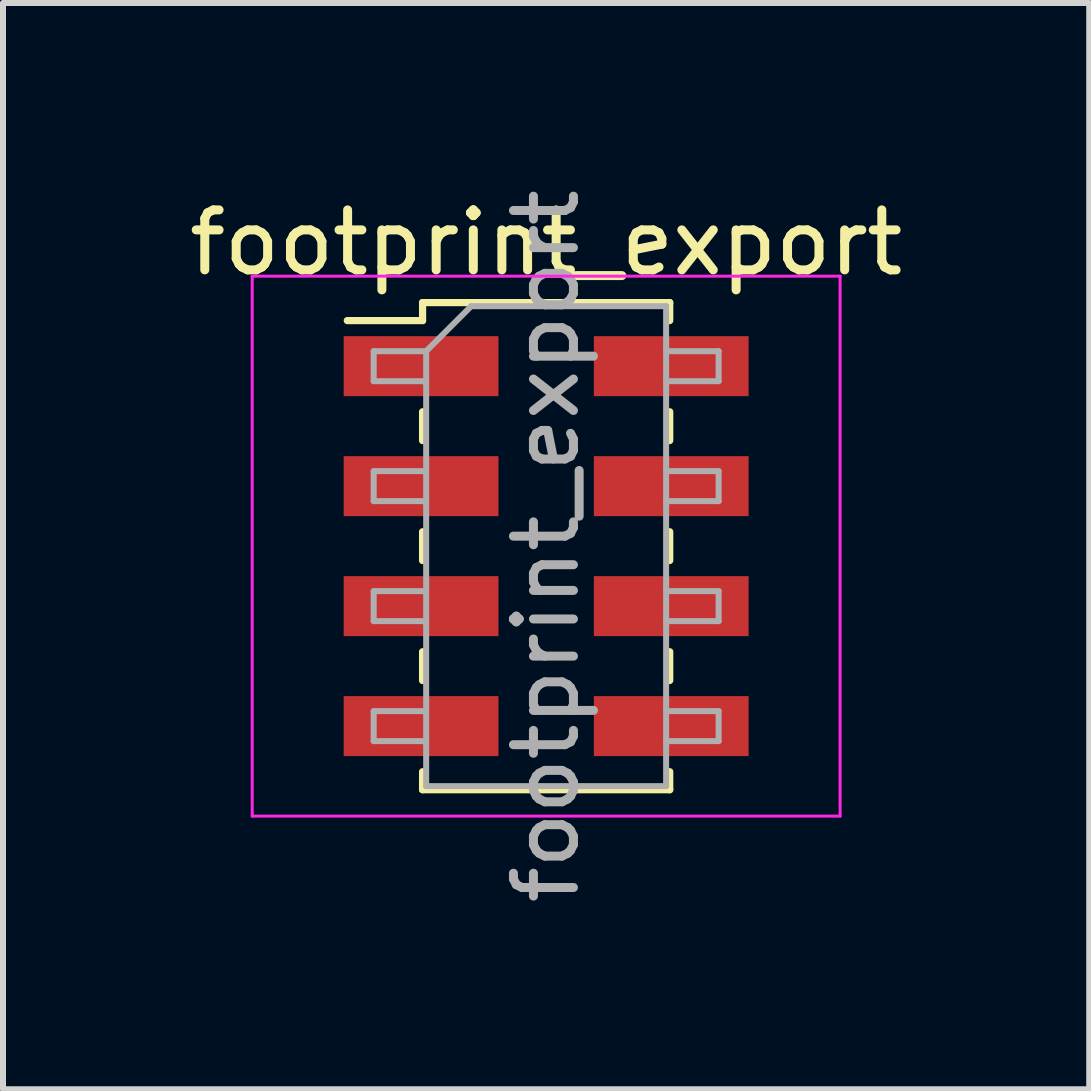
<source format=kicad_pcb>
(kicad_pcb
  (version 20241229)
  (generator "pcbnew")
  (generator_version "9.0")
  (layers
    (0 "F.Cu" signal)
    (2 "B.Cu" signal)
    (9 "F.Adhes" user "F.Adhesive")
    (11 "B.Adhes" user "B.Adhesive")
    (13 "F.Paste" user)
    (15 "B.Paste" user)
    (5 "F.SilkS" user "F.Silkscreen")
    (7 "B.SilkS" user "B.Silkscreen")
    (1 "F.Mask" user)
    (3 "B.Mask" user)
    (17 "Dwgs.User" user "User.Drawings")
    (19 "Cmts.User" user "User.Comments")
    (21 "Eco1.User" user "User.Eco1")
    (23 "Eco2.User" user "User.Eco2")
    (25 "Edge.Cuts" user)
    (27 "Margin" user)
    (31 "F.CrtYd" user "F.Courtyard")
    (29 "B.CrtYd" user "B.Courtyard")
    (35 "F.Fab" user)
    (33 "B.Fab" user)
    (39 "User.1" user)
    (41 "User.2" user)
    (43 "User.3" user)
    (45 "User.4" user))
  (footprint "footprint_export"
    (layer "F.Cu")
    (at 6.054 6.054)
    (property "Reference" "footprint_export" (at 0 -5.06 0) (layer "F.SilkS") (effects (font (size 1 1) (thickness 0.15))))
    (attr smd)
    (fp_line (start -3.315 -3.76) (end -2.06 -3.76) (stroke (width 0.12) (type solid)) (layer "F.SilkS"))
    (fp_line (start -2.06 -4.06) (end -2.06 -3.76) (stroke (width 0.12) (type solid)) (layer "F.SilkS"))
    (fp_line (start -2.06 -4.06) (end 2.06 -4.06) (stroke (width 0.12) (type solid)) (layer "F.SilkS"))
    (fp_line (start -2.06 -2.24) (end -2.06 -1.76) (stroke (width 0.12) (type solid)) (layer "F.SilkS"))
    (fp_line (start -2.06 -0.24) (end -2.06 0.24) (stroke (width 0.12) (type solid)) (layer "F.SilkS"))
    (fp_line (start -2.06 1.76) (end -2.06 2.24) (stroke (width 0.12) (type solid)) (layer "F.SilkS"))
    (fp_line (start -2.06 3.76) (end -2.06 4.06) (stroke (width 0.12) (type solid)) (layer "F.SilkS"))
    (fp_line (start -2.06 4.06) (end 2.06 4.06) (stroke (width 0.12) (type solid)) (layer "F.SilkS"))
    (fp_line (start 2.06 -4.06) (end 2.06 -3.76) (stroke (width 0.12) (type solid)) (layer "F.SilkS"))
    (fp_line (start 2.06 -2.24) (end 2.06 -1.76) (stroke (width 0.12) (type solid)) (layer "F.SilkS"))
    (fp_line (start 2.06 -0.24) (end 2.06 0.24) (stroke (width 0.12) (type solid)) (layer "F.SilkS"))
    (fp_line (start 2.06 1.76) (end 2.06 2.24) (stroke (width 0.12) (type solid)) (layer "F.SilkS"))
    (fp_line (start 2.06 3.76) (end 2.06 4.06) (stroke (width 0.12) (type solid)) (layer "F.SilkS"))
    (fp_line (start -4.9 -4.5) (end -4.9 4.5) (stroke (width 0.05) (type solid)) (layer "F.CrtYd"))
    (fp_line (start -4.9 4.5) (end 4.9 4.5) (stroke (width 0.05) (type solid)) (layer "F.CrtYd"))
    (fp_line (start 4.9 -4.5) (end -4.9 -4.5) (stroke (width 0.05) (type solid)) (layer "F.CrtYd"))
    (fp_line (start 4.9 4.5) (end 4.9 -4.5) (stroke (width 0.05) (type solid)) (layer "F.CrtYd"))
    (fp_line (start -2.875 -3.25) (end -2.875 -2.75) (stroke (width 0.1) (type solid)) (layer "F.Fab"))
    (fp_line (start -2.875 -2.75) (end -2 -2.75) (stroke (width 0.1) (type solid)) (layer "F.Fab"))
    (fp_line (start -2.875 -1.25) (end -2.875 -0.75) (stroke (width 0.1) (type solid)) (layer "F.Fab"))
    (fp_line (start -2.875 -0.75) (end -2 -0.75) (stroke (width 0.1) (type solid)) (layer "F.Fab"))
    (fp_line (start -2.875 0.75) (end -2.875 1.25) (stroke (width 0.1) (type solid)) (layer "F.Fab"))
    (fp_line (start -2.875 1.25) (end -2 1.25) (stroke (width 0.1) (type solid)) (layer "F.Fab"))
    (fp_line (start -2.875 2.75) (end -2.875 3.25) (stroke (width 0.1) (type solid)) (layer "F.Fab"))
    (fp_line (start -2.875 3.25) (end -2 3.25) (stroke (width 0.1) (type solid)) (layer "F.Fab"))
    (fp_line (start -2 -3.25) (end -2.875 -3.25) (stroke (width 0.1) (type solid)) (layer "F.Fab"))
    (fp_line (start -2 -3.25) (end -1.25 -4) (stroke (width 0.1) (type solid)) (layer "F.Fab"))
    (fp_line (start -2 -1.25) (end -2.875 -1.25) (stroke (width 0.1) (type solid)) (layer "F.Fab"))
    (fp_line (start -2 0.75) (end -2.875 0.75) (stroke (width 0.1) (type solid)) (layer "F.Fab"))
    (fp_line (start -2 2.75) (end -2.875 2.75) (stroke (width 0.1) (type solid)) (layer "F.Fab"))
    (fp_line (start -2 4) (end -2 -3.25) (stroke (width 0.1) (type solid)) (layer "F.Fab"))
    (fp_line (start -1.25 -4) (end 2 -4) (stroke (width 0.1) (type solid)) (layer "F.Fab"))
    (fp_line (start 2 -4) (end 2 4) (stroke (width 0.1) (type solid)) (layer "F.Fab"))
    (fp_line (start 2 -3.25) (end 2.875 -3.25) (stroke (width 0.1) (type solid)) (layer "F.Fab"))
    (fp_line (start 2 -1.25) (end 2.875 -1.25) (stroke (width 0.1) (type solid)) (layer "F.Fab"))
    (fp_line (start 2 0.75) (end 2.875 0.75) (stroke (width 0.1) (type solid)) (layer "F.Fab"))
    (fp_line (start 2 2.75) (end 2.875 2.75) (stroke (width 0.1) (type solid)) (layer "F.Fab"))
    (fp_line (start 2 4) (end -2 4) (stroke (width 0.1) (type solid)) (layer "F.Fab"))
    (fp_line (start 2.875 -3.25) (end 2.875 -2.75) (stroke (width 0.1) (type solid)) (layer "F.Fab"))
    (fp_line (start 2.875 -2.75) (end 2 -2.75) (stroke (width 0.1) (type solid)) (layer "F.Fab"))
    (fp_line (start 2.875 -1.25) (end 2.875 -0.75) (stroke (width 0.1) (type solid)) (layer "F.Fab"))
    (fp_line (start 2.875 -0.75) (end 2 -0.75) (stroke (width 0.1) (type solid)) (layer "F.Fab"))
    (fp_line (start 2.875 0.75) (end 2.875 1.25) (stroke (width 0.1) (type solid)) (layer "F.Fab"))
    (fp_line (start 2.875 1.25) (end 2 1.25) (stroke (width 0.1) (type solid)) (layer "F.Fab"))
    (fp_line (start 2.875 2.75) (end 2.875 3.25) (stroke (width 0.1) (type solid)) (layer "F.Fab"))
    (fp_line (start 2.875 3.25) (end 2 3.25) (stroke (width 0.1) (type solid)) (layer "F.Fab"))
    (fp_text user "${REFERENCE}" (at 0 0 90) (layer "F.Fab") (effects (font (size 1 1) (thickness 0.15))))
    (pad "1" smd rect (at -2.085 -3) (size 2.58 1) (layers "F.Cu" "F.Mask" "F.Paste"))
    (pad "2" smd rect (at 2.085 -3) (size 2.58 1) (layers "F.Cu" "F.Mask" "F.Paste"))
    (pad "3" smd rect (at -2.085 -1) (size 2.58 1) (layers "F.Cu" "F.Mask" "F.Paste"))
    (pad "4" smd rect (at 2.085 -1) (size 2.58 1) (layers "F.Cu" "F.Mask" "F.Paste"))
    (pad "5" smd rect (at -2.085 1) (size 2.58 1) (layers "F.Cu" "F.Mask" "F.Paste"))
    (pad "6" smd rect (at 2.085 1) (size 2.58 1) (layers "F.Cu" "F.Mask" "F.Paste"))
    (pad "7" smd rect (at -2.085 3) (size 2.58 1) (layers "F.Cu" "F.Mask" "F.Paste"))
    (pad "8" smd rect (at 2.085 3) (size 2.58 1) (layers "F.Cu" "F.Mask" "F.Paste")))
  (gr_rect
    (start -3 -3)
    (end 15.107 15.107)
    (stroke (width 0.1) (type default))
    (fill no)
    (layer "Edge.Cuts")))
</source>
